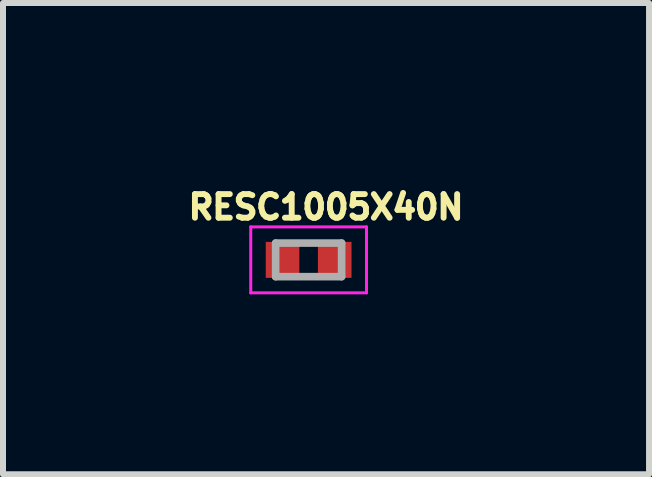
<source format=kicad_pcb>
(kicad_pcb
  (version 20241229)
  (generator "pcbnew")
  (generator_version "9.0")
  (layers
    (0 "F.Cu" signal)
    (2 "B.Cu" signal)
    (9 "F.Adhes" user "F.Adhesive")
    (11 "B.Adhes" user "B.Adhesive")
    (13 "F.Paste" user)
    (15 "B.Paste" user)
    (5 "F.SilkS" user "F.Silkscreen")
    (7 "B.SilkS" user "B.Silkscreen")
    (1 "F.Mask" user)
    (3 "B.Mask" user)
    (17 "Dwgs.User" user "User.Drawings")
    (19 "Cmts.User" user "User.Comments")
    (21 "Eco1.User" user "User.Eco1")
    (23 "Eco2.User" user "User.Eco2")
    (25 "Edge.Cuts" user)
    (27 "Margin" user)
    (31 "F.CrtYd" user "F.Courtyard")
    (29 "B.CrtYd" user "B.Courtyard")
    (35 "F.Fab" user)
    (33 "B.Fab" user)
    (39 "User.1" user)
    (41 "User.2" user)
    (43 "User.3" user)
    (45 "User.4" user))
  (footprint "RESC1005X40N"
    (layer "F.Cu")
    (at 2.096 1.283)
    (property "Reference" "RESC1005X40N" (at 0.29 -0.88 0) (layer "F.SilkS") (effects (font (size 0.394 0.394) (thickness 0.15))))
    (attr through_hole)
    (fp_line (start -0.965 -0.55) (end 0.965 -0.55) (stroke (width 0.05) (type solid)) (layer "F.CrtYd"))
    (fp_line (start -0.965 0.55) (end -0.965 -0.55) (stroke (width 0.05) (type solid)) (layer "F.CrtYd"))
    (fp_line (start -0.965 0.55) (end 0.965 0.55) (stroke (width 0.05) (type solid)) (layer "F.CrtYd"))
    (fp_line (start 0.965 0.55) (end 0.965 -0.55) (stroke (width 0.05) (type solid)) (layer "F.CrtYd"))
    (fp_line (start -0.55 0.28) (end -0.55 -0.28) (stroke (width 0.127) (type solid)) (layer "F.Fab"))
    (fp_line (start 0.55 -0.28) (end -0.55 -0.28) (stroke (width 0.127) (type solid)) (layer "F.Fab"))
    (fp_line (start 0.55 0.28) (end -0.55 0.28) (stroke (width 0.127) (type solid)) (layer "F.Fab"))
    (fp_line (start 0.55 0.28) (end 0.55 -0.28) (stroke (width 0.127) (type solid)) (layer "F.Fab"))
    (pad "1" smd rect (at -0.435 0) (size 0.56 0.6) (layers "F.Cu" "F.Mask" "F.Paste"))
    (pad "2" smd rect (at 0.435 0) (size 0.56 0.6) (layers "F.Cu" "F.Mask" "F.Paste")))
  (gr_rect
    (start -3 -3)
    (end 7.772 4.858)
    (stroke (width 0.1) (type default))
    (fill no)
    (layer "Edge.Cuts")))
</source>
